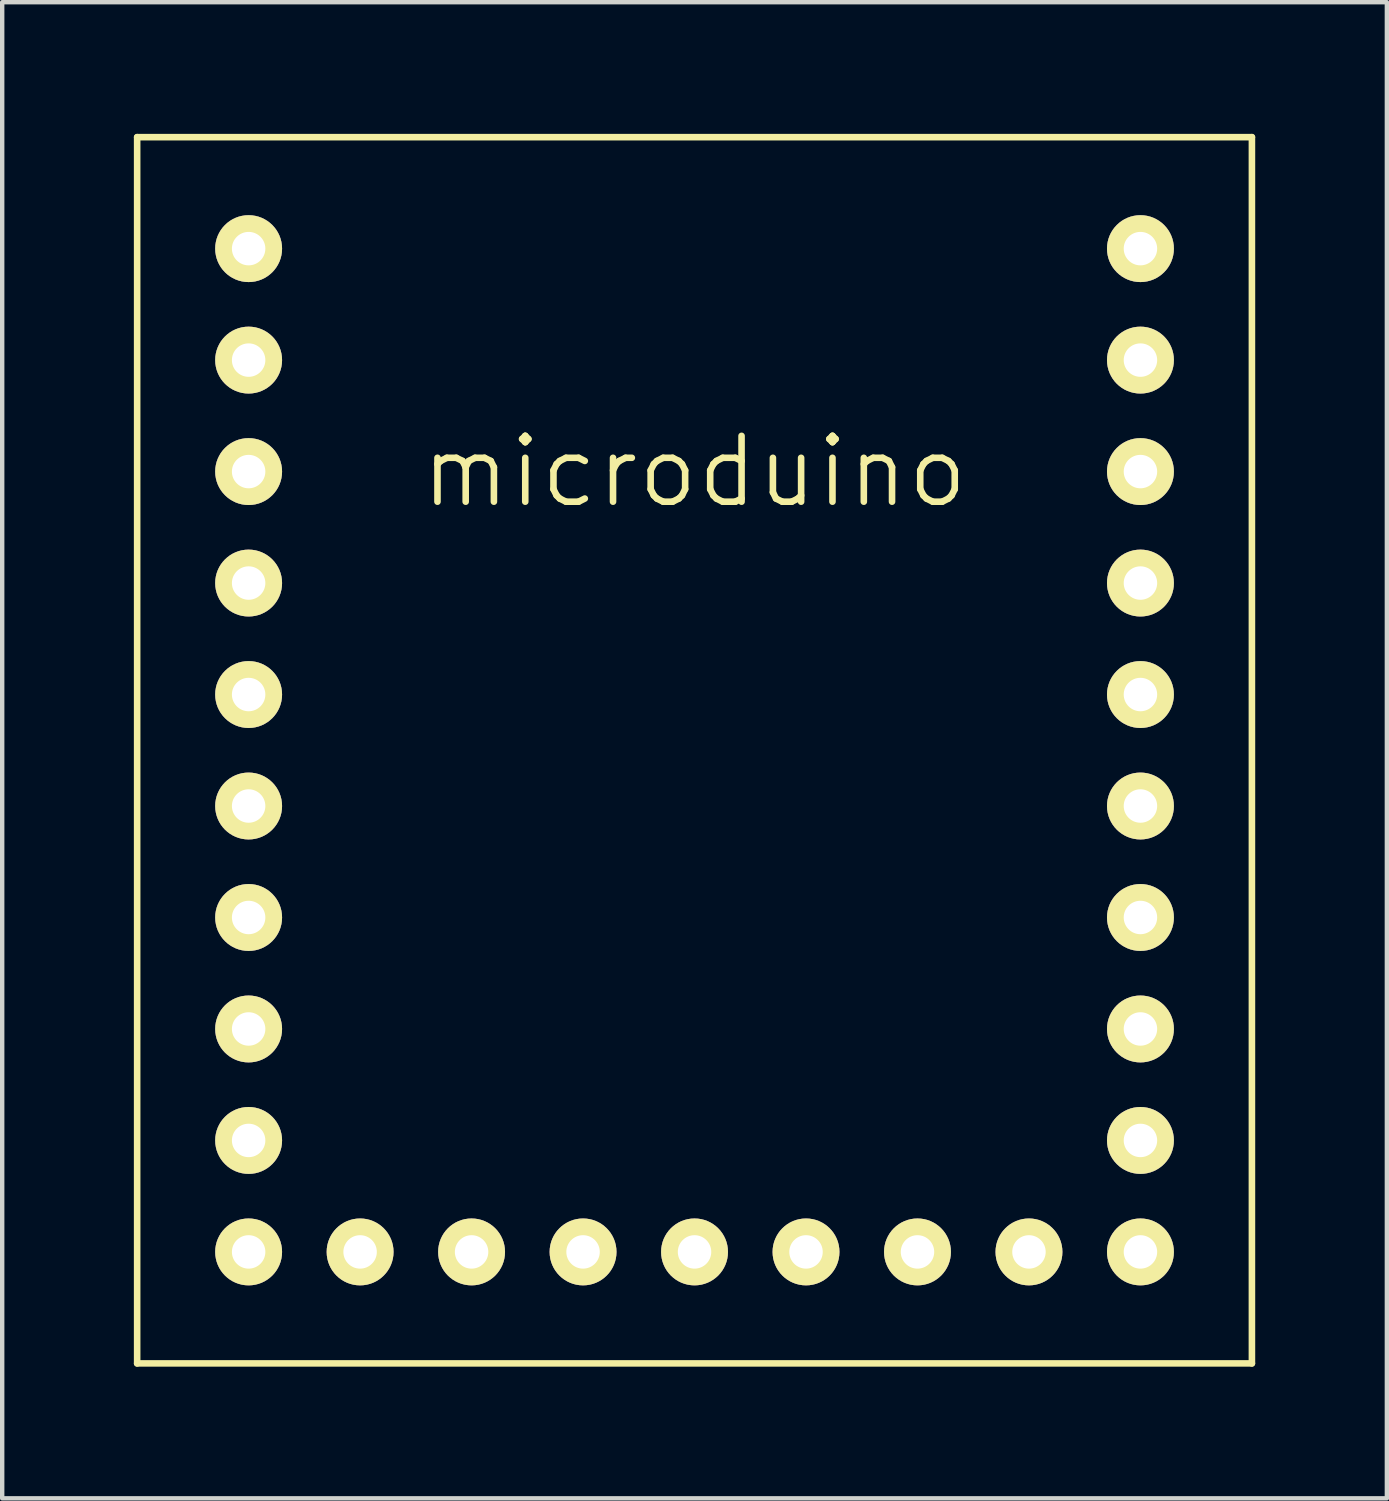
<source format=kicad_pcb>
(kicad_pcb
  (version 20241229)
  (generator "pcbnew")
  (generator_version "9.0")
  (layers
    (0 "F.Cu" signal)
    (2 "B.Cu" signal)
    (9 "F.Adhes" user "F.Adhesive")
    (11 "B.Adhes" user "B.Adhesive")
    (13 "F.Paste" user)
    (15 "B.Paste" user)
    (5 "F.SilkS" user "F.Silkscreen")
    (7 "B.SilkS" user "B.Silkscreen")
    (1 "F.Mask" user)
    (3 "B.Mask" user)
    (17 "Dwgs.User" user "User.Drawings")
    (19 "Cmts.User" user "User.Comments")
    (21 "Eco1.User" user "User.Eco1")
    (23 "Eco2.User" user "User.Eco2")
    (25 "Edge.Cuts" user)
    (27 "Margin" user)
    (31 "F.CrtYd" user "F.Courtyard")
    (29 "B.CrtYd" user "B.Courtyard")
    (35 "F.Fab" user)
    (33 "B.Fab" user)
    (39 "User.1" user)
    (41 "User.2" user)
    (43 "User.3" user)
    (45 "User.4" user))
  (footprint "microduino"
    (layer "F.Cu")
    (at 12.775 15.315)
    (property "Reference" "microduino" (at 0 -7.62 0) (layer "F.SilkS") (effects (font (size 1.5 1.5) (thickness 0.15))))
    (attr through_hole)
    (fp_line (start -12.7 -15.24) (end 12.7 -15.24) (stroke (width 0.15) (type solid)) (layer "F.SilkS"))
    (fp_line (start -12.7 12.7) (end -12.7 -15.24) (stroke (width 0.15) (type solid)) (layer "F.SilkS"))
    (fp_line (start 12.7 -15.24) (end 12.7 12.7) (stroke (width 0.15) (type solid)) (layer "F.SilkS"))
    (fp_line (start 12.7 12.7) (end -12.7 12.7) (stroke (width 0.15) (type solid)) (layer "F.SilkS"))
    (pad "1" thru_hole circle (at -10.16 -12.7) (size 1.524 1.524) (drill 0.762) (layers "*.Cu" "*.Mask" "F.SilkS"))
    (pad "2" thru_hole circle (at -10.16 -10.16) (size 1.524 1.524) (drill 0.762) (layers "*.Cu" "*.Mask" "F.SilkS"))
    (pad "3" thru_hole circle (at -10.16 -7.62) (size 1.524 1.524) (drill 0.762) (layers "*.Cu" "*.Mask" "F.SilkS"))
    (pad "4" thru_hole circle (at -10.16 -5.08) (size 1.524 1.524) (drill 0.762) (layers "*.Cu" "*.Mask" "F.SilkS"))
    (pad "5" thru_hole circle (at -10.16 -2.54) (size 1.524 1.524) (drill 0.762) (layers "*.Cu" "*.Mask" "F.SilkS"))
    (pad "6" thru_hole circle (at -10.16 0) (size 1.524 1.524) (drill 0.762) (layers "*.Cu" "*.Mask" "F.SilkS"))
    (pad "7" thru_hole circle (at -10.16 2.54) (size 1.524 1.524) (drill 0.762) (layers "*.Cu" "*.Mask" "F.SilkS"))
    (pad "8" thru_hole circle (at -10.16 5.08) (size 1.524 1.524) (drill 0.762) (layers "*.Cu" "*.Mask" "F.SilkS"))
    (pad "9" thru_hole circle (at -10.16 7.62) (size 1.524 1.524) (drill 0.762) (layers "*.Cu" "*.Mask" "F.SilkS"))
    (pad "10" thru_hole circle (at -10.16 10.16) (size 1.524 1.524) (drill 0.762) (layers "*.Cu" "*.Mask" "F.SilkS"))
    (pad "11" thru_hole circle (at -7.62 10.16) (size 1.524 1.524) (drill 0.762) (layers "*.Cu" "*.Mask" "F.SilkS"))
    (pad "12" thru_hole circle (at -5.08 10.16) (size 1.524 1.524) (drill 0.762) (layers "*.Cu" "*.Mask" "F.SilkS"))
    (pad "13" thru_hole circle (at -2.54 10.16) (size 1.524 1.524) (drill 0.762) (layers "*.Cu" "*.Mask" "F.SilkS"))
    (pad "14" thru_hole circle (at 0 10.16) (size 1.524 1.524) (drill 0.762) (layers "*.Cu" "*.Mask" "F.SilkS"))
    (pad "15" thru_hole circle (at 2.54 10.16) (size 1.524 1.524) (drill 0.762) (layers "*.Cu" "*.Mask" "F.SilkS"))
    (pad "16" thru_hole circle (at 5.08 10.16) (size 1.524 1.524) (drill 0.762) (layers "*.Cu" "*.Mask" "F.SilkS"))
    (pad "17" thru_hole circle (at 7.62 10.16) (size 1.524 1.524) (drill 0.762) (layers "*.Cu" "*.Mask" "F.SilkS"))
    (pad "18" thru_hole circle (at 10.16 10.16) (size 1.524 1.524) (drill 0.762) (layers "*.Cu" "*.Mask" "F.SilkS"))
    (pad "19" thru_hole circle (at 10.16 7.62) (size 1.524 1.524) (drill 0.762) (layers "*.Cu" "*.Mask" "F.SilkS"))
    (pad "20" thru_hole circle (at 10.16 5.08) (size 1.524 1.524) (drill 0.762) (layers "*.Cu" "*.Mask" "F.SilkS"))
    (pad "21" thru_hole circle (at 10.16 2.54) (size 1.524 1.524) (drill 0.762) (layers "*.Cu" "*.Mask" "F.SilkS"))
    (pad "22" thru_hole circle (at 10.16 0) (size 1.524 1.524) (drill 0.762) (layers "*.Cu" "*.Mask" "F.SilkS"))
    (pad "23" thru_hole circle (at 10.16 -2.54) (size 1.524 1.524) (drill 0.762) (layers "*.Cu" "*.Mask" "F.SilkS"))
    (pad "24" thru_hole circle (at 10.16 -5.08) (size 1.524 1.524) (drill 0.762) (layers "*.Cu" "*.Mask" "F.SilkS"))
    (pad "25" thru_hole circle (at 10.16 -7.62) (size 1.524 1.524) (drill 0.762) (layers "*.Cu" "*.Mask" "F.SilkS"))
    (pad "26" thru_hole circle (at 10.16 -10.16) (size 1.524 1.524) (drill 0.762) (layers "*.Cu" "*.Mask" "F.SilkS"))
    (pad "27" thru_hole circle (at 10.16 -12.7) (size 1.524 1.524) (drill 0.762) (layers "*.Cu" "*.Mask" "F.SilkS")))
  (gr_rect
    (start -3 -3)
    (end 28.55 31.09)
    (stroke (width 0.1) (type default))
    (fill no)
    (layer "Edge.Cuts")))
</source>
